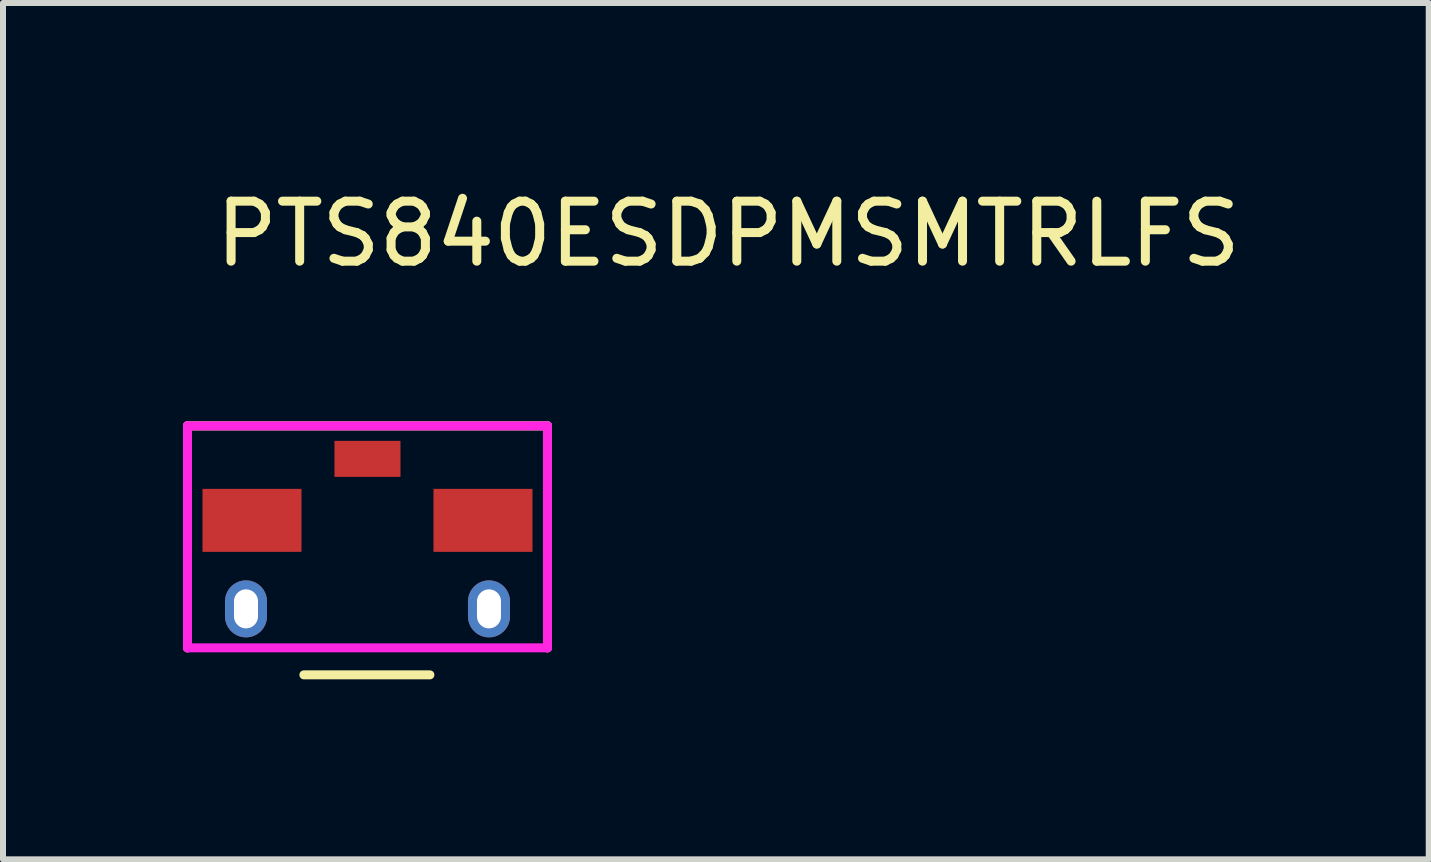
<source format=kicad_pcb>
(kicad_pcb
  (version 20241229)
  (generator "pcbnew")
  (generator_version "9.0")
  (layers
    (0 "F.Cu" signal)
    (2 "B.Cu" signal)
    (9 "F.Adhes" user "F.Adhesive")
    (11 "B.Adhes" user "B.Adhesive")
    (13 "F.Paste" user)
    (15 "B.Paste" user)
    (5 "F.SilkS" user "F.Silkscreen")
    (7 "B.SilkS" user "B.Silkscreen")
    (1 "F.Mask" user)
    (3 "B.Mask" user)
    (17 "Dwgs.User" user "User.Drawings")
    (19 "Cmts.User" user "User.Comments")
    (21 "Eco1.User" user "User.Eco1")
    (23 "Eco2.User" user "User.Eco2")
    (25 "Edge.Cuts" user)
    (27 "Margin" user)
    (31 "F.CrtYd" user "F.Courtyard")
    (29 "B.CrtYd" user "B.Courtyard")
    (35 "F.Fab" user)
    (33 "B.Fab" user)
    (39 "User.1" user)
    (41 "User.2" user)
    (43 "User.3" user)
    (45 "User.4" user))
  (footprint "PTS840ESDPMSMTRLFS"
    (layer "F.Cu")
    (at 3.075 6.348)
    (property "Reference" "PTS840ESDPMSMTRLFS" (at -2.61 -5.5 0) (layer "F.SilkS") (effects (font (size 1 1) (thickness 0.15)) (justify left)))
    (attr through_hole)
    (fp_line (start -3 -2.3) (end 3 -2.3) (stroke (width 0.15) (type solid)) (layer "F.SilkS"))
    (fp_line (start -3 1.4) (end -3 -2.3) (stroke (width 0.15) (type solid)) (layer "F.SilkS"))
    (fp_line (start -1.06 1.85) (end 1.04 1.85) (stroke (width 0.15) (type solid)) (layer "F.SilkS"))
    (fp_line (start 3 1.4) (end 3 -2.3) (stroke (width 0.15) (type solid)) (layer "F.SilkS"))
    (fp_line (start -3 -2.3) (end -3 1.4) (stroke (width 0.15) (type solid)) (layer "F.CrtYd"))
    (fp_line (start -3 1.4) (end 3 1.4) (stroke (width 0.15) (type solid)) (layer "F.CrtYd"))
    (fp_line (start 3 -2.3) (end -3 -2.3) (stroke (width 0.15) (type solid)) (layer "F.CrtYd"))
    (fp_line (start 3 1.4) (end 3 -2.3) (stroke (width 0.15) (type solid)) (layer "F.CrtYd"))
    (pad "1" smd rect (at -1.925 -0.725) (size 1.65 1.05) (layers "F.Cu" "F.Mask" "F.Paste"))
    (pad "2" smd rect (at 1.925 -0.725) (size 1.65 1.05) (layers "F.Cu" "F.Mask" "F.Paste"))
    (pad "3" thru_hole oval (at -2.025 0.75) (size 0.7 0.95) (drill oval 0.4 0.65) (layers "*.Cu" "*.Mask"))
    (pad "4" thru_hole oval (at 2.025 0.75) (size 0.7 0.95) (drill oval 0.4 0.65) (layers "*.Cu" "*.Mask"))
    (pad "5" smd rect (at 0 -1.75) (size 1.1 0.6) (layers "F.Cu" "F.Mask" "F.Paste")))
  (gr_rect
    (start -3 -3)
    (end 20.763 11.273)
    (stroke (width 0.1) (type default))
    (fill no)
    (layer "Edge.Cuts")))
</source>
